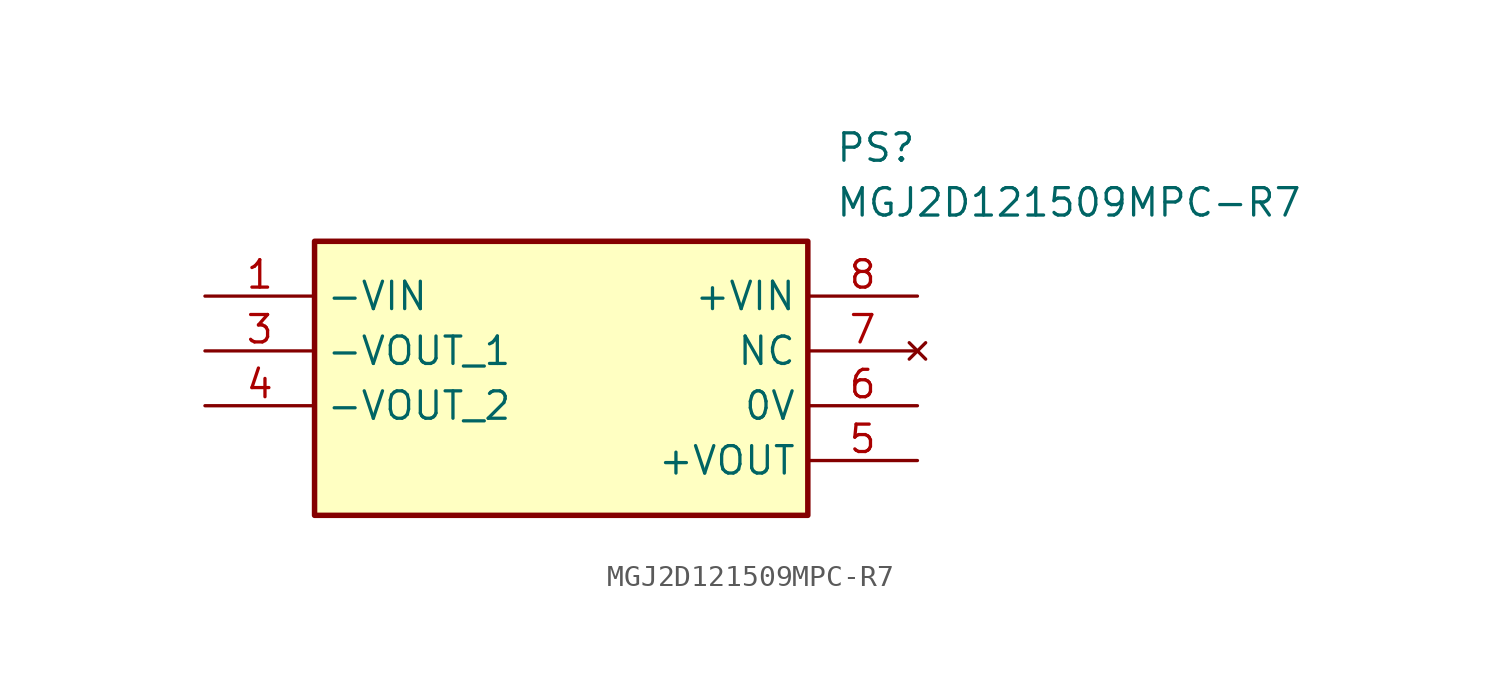
<source format=kicad_sym>
(kicad_symbol_lib
  (version 20211014)
  (generator SamacSys_ECAD_Model)
  (symbol "MGJ2D121509MPC-R7"
    (property "Reference" "PS"
      (at 29.21 7.62 0)
      (effects (font (size 1.27 1.27)) (justify left top)))
    (property "Value" "MGJ2D121509MPC-R7"
      (at 29.21 5.08 0)
      (effects (font (size 1.27 1.27)) (justify left top)))
    (rectangle
      (start 5.08 2.54)
      (end 27.94 -10.16)
      (stroke (width 0.254) (type default))
      (fill (type background)))
    (pin passive line
      (at 0 0 0)
      (length 5.08)
      (name "-VIN" (effects (font (size 1.27 1.27))))
      (number "1" (effects (font (size 1.27 1.27)))))
    (pin passive line
      (at 0 -2.54 0)
      (length 5.08)
      (name "-VOUT_1" (effects (font (size 1.27 1.27))))
      (number "3" (effects (font (size 1.27 1.27)))))
    (pin passive line
      (at 0 -5.08 0)
      (length 5.08)
      (name "-VOUT_2" (effects (font (size 1.27 1.27))))
      (number "4" (effects (font (size 1.27 1.27)))))
    (pin passive line
      (at 33.02 -7.62 180)
      (length 5.08)
      (name "+VOUT" (effects (font (size 1.27 1.27))))
      (number "5" (effects (font (size 1.27 1.27)))))
    (pin passive line
      (at 33.02 -5.08 180)
      (length 5.08)
      (name "0V" (effects (font (size 1.27 1.27))))
      (number "6" (effects (font (size 1.27 1.27)))))
    (pin no_connect line
      (at 33.02 -2.54 180)
      (length 5.08)
      (name "NC" (effects (font (size 1.27 1.27))))
      (number "7" (effects (font (size 1.27 1.27)))))
    (pin passive line
      (at 33.02 0 180)
      (length 5.08)
      (name "+VIN" (effects (font (size 1.27 1.27))))
      (number "8" (effects (font (size 1.27 1.27)))))))
</source>
